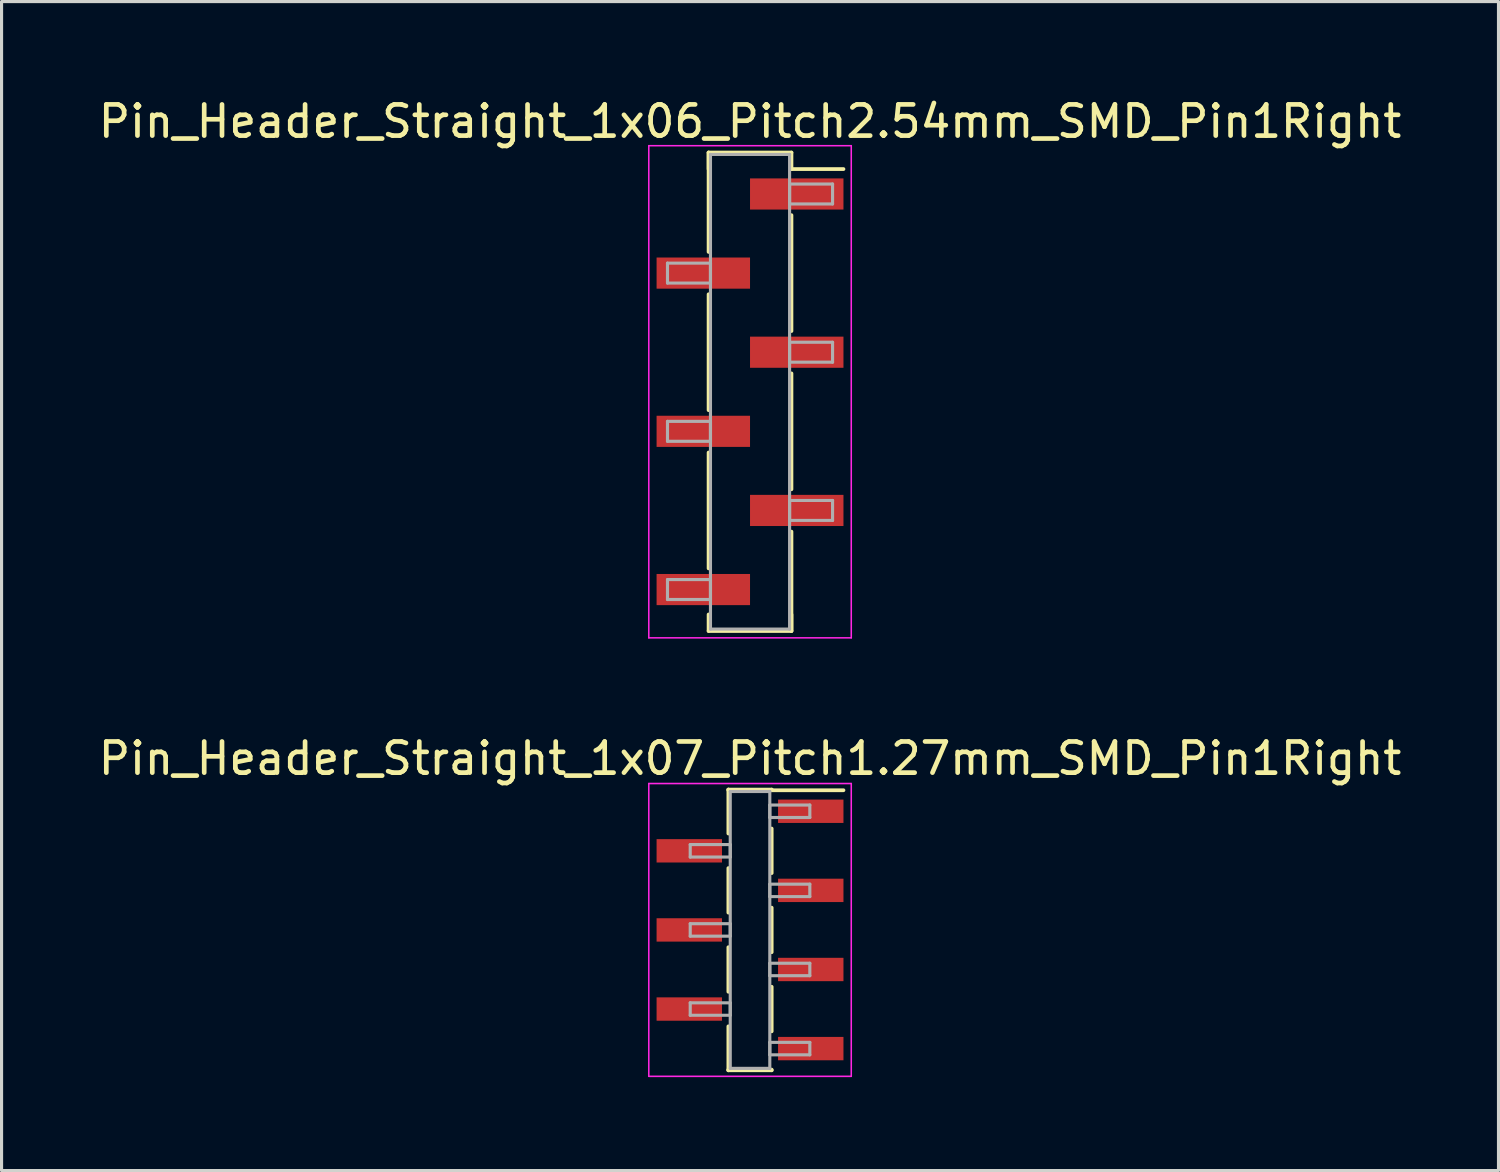
<source format=kicad_pcb>
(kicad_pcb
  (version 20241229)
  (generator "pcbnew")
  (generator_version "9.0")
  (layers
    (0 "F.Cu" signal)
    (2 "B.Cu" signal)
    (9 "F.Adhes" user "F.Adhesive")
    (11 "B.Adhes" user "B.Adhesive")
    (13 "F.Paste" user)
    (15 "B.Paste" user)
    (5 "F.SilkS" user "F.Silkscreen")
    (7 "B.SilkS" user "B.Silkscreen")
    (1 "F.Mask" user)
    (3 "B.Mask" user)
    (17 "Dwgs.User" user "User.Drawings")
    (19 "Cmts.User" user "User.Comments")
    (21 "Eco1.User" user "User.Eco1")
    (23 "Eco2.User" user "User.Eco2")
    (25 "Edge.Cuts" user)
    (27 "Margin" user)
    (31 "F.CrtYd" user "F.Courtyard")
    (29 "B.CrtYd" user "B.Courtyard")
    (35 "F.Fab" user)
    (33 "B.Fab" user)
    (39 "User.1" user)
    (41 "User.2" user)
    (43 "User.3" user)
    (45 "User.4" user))
  (footprint "Pin_Header_Straight_1x07_Pitch1.27mm_SMD_Pin1Right"
    (layer "F.Cu")
    (at 21.03 26.806)
    (property "Reference" "Pin_Header_Straight_1x07_Pitch1.27mm_SMD_Pin1Right" (at 0 -5.505 0) (layer "F.SilkS") (effects (font (size 1 1) (thickness 0.15))))
    (attr smd)
    (fp_line (start -0.695 -4.505) (end -0.695 -3.095) (stroke (width 0.12) (type solid)) (layer "F.SilkS"))
    (fp_line (start -0.695 -4.505) (end 0.695 -4.505) (stroke (width 0.12) (type solid)) (layer "F.SilkS"))
    (fp_line (start -0.695 -4.485) (end -0.695 -4.505) (stroke (width 0.12) (type solid)) (layer "F.SilkS"))
    (fp_line (start -0.695 -1.985) (end -0.695 -0.555) (stroke (width 0.12) (type solid)) (layer "F.SilkS"))
    (fp_line (start -0.695 0.555) (end -0.695 1.985) (stroke (width 0.12) (type solid)) (layer "F.SilkS"))
    (fp_line (start -0.695 3.095) (end -0.695 4.505) (stroke (width 0.12) (type solid)) (layer "F.SilkS"))
    (fp_line (start -0.695 4.485) (end -0.695 4.505) (stroke (width 0.12) (type solid)) (layer "F.SilkS"))
    (fp_line (start -0.695 4.505) (end 0.695 4.505) (stroke (width 0.12) (type solid)) (layer "F.SilkS"))
    (fp_line (start 0.695 -4.505) (end 0.695 -4.485) (stroke (width 0.12) (type solid)) (layer "F.SilkS"))
    (fp_line (start 0.695 -4.485) (end 3 -4.485) (stroke (width 0.12) (type solid)) (layer "F.SilkS"))
    (fp_line (start 0.695 -3.255) (end 0.695 -1.825) (stroke (width 0.12) (type solid)) (layer "F.SilkS"))
    (fp_line (start 0.695 -0.715) (end 0.695 0.715) (stroke (width 0.12) (type solid)) (layer "F.SilkS"))
    (fp_line (start 0.695 1.825) (end 0.695 3.255) (stroke (width 0.12) (type solid)) (layer "F.SilkS"))
    (fp_line (start 0.695 4.505) (end 0.695 4.485) (stroke (width 0.12) (type solid)) (layer "F.SilkS"))
    (fp_line (start -3.25 -4.7) (end -3.25 4.7) (stroke (width 0.05) (type solid)) (layer "F.CrtYd"))
    (fp_line (start -3.25 4.7) (end 3.25 4.7) (stroke (width 0.05) (type solid)) (layer "F.CrtYd"))
    (fp_line (start 3.25 -4.7) (end -3.25 -4.7) (stroke (width 0.05) (type solid)) (layer "F.CrtYd"))
    (fp_line (start 3.25 4.7) (end 3.25 -4.7) (stroke (width 0.05) (type solid)) (layer "F.CrtYd"))
    (fp_line (start -1.92 -2.74) (end -0.635 -2.74) (stroke (width 0.1) (type solid)) (layer "F.Fab"))
    (fp_line (start -1.92 -2.34) (end -1.92 -2.74) (stroke (width 0.1) (type solid)) (layer "F.Fab"))
    (fp_line (start -1.92 -0.2) (end -0.635 -0.2) (stroke (width 0.1) (type solid)) (layer "F.Fab"))
    (fp_line (start -1.92 0.2) (end -1.92 -0.2) (stroke (width 0.1) (type solid)) (layer "F.Fab"))
    (fp_line (start -1.92 2.34) (end -0.635 2.34) (stroke (width 0.1) (type solid)) (layer "F.Fab"))
    (fp_line (start -1.92 2.74) (end -1.92 2.34) (stroke (width 0.1) (type solid)) (layer "F.Fab"))
    (fp_line (start -0.635 -4.445) (end -0.635 4.445) (stroke (width 0.1) (type solid)) (layer "F.Fab"))
    (fp_line (start -0.635 -2.74) (end -0.635 -2.34) (stroke (width 0.1) (type solid)) (layer "F.Fab"))
    (fp_line (start -0.635 -2.34) (end -1.92 -2.34) (stroke (width 0.1) (type solid)) (layer "F.Fab"))
    (fp_line (start -0.635 -0.2) (end -0.635 0.2) (stroke (width 0.1) (type solid)) (layer "F.Fab"))
    (fp_line (start -0.635 0.2) (end -1.92 0.2) (stroke (width 0.1) (type solid)) (layer "F.Fab"))
    (fp_line (start -0.635 2.34) (end -0.635 2.74) (stroke (width 0.1) (type solid)) (layer "F.Fab"))
    (fp_line (start -0.635 2.74) (end -1.92 2.74) (stroke (width 0.1) (type solid)) (layer "F.Fab"))
    (fp_line (start -0.635 4.445) (end 0.635 4.445) (stroke (width 0.1) (type solid)) (layer "F.Fab"))
    (fp_line (start 0.635 -4.445) (end -0.635 -4.445) (stroke (width 0.1) (type solid)) (layer "F.Fab"))
    (fp_line (start 0.635 -4.01) (end 0.635 -3.61) (stroke (width 0.1) (type solid)) (layer "F.Fab"))
    (fp_line (start 0.635 -3.61) (end 1.92 -3.61) (stroke (width 0.1) (type solid)) (layer "F.Fab"))
    (fp_line (start 0.635 -1.47) (end 0.635 -1.07) (stroke (width 0.1) (type solid)) (layer "F.Fab"))
    (fp_line (start 0.635 -1.07) (end 1.92 -1.07) (stroke (width 0.1) (type solid)) (layer "F.Fab"))
    (fp_line (start 0.635 1.07) (end 0.635 1.47) (stroke (width 0.1) (type solid)) (layer "F.Fab"))
    (fp_line (start 0.635 1.47) (end 1.92 1.47) (stroke (width 0.1) (type solid)) (layer "F.Fab"))
    (fp_line (start 0.635 3.61) (end 0.635 4.01) (stroke (width 0.1) (type solid)) (layer "F.Fab"))
    (fp_line (start 0.635 4.01) (end 1.92 4.01) (stroke (width 0.1) (type solid)) (layer "F.Fab"))
    (fp_line (start 0.635 4.445) (end 0.635 -4.445) (stroke (width 0.1) (type solid)) (layer "F.Fab"))
    (fp_line (start 1.92 -4.01) (end 0.635 -4.01) (stroke (width 0.1) (type solid)) (layer "F.Fab"))
    (fp_line (start 1.92 -3.61) (end 1.92 -4.01) (stroke (width 0.1) (type solid)) (layer "F.Fab"))
    (fp_line (start 1.92 -1.47) (end 0.635 -1.47) (stroke (width 0.1) (type solid)) (layer "F.Fab"))
    (fp_line (start 1.92 -1.07) (end 1.92 -1.47) (stroke (width 0.1) (type solid)) (layer "F.Fab"))
    (fp_line (start 1.92 1.07) (end 0.635 1.07) (stroke (width 0.1) (type solid)) (layer "F.Fab"))
    (fp_line (start 1.92 1.47) (end 1.92 1.07) (stroke (width 0.1) (type solid)) (layer "F.Fab"))
    (fp_line (start 1.92 3.61) (end 0.635 3.61) (stroke (width 0.1) (type solid)) (layer "F.Fab"))
    (fp_line (start 1.92 4.01) (end 1.92 3.61) (stroke (width 0.1) (type solid)) (layer "F.Fab"))
    (pad "1" smd rect (at 1.95 -3.81) (size 2.1 0.75) (layers "F.Cu" "F.Mask"))
    (pad "2" smd rect (at -1.95 -2.54) (size 2.1 0.75) (layers "F.Cu" "F.Mask"))
    (pad "3" smd rect (at 1.95 -1.27) (size 2.1 0.75) (layers "F.Cu" "F.Mask"))
    (pad "4" smd rect (at -1.95 0) (size 2.1 0.75) (layers "F.Cu" "F.Mask"))
    (pad "5" smd rect (at 1.95 1.27) (size 2.1 0.75) (layers "F.Cu" "F.Mask"))
    (pad "6" smd rect (at -1.95 2.54) (size 2.1 0.75) (layers "F.Cu" "F.Mask"))
    (pad "7" smd rect (at 1.95 3.81) (size 2.1 0.75) (layers "F.Cu" "F.Mask")))
  (footprint "Pin_Header_Straight_1x06_Pitch2.54mm_SMD_Pin1Right"
    (layer "F.Cu")
    (at 21.03 9.528)
    (property "Reference" "Pin_Header_Straight_1x06_Pitch2.54mm_SMD_Pin1Right" (at 0 -8.68 0) (layer "F.SilkS") (effects (font (size 1 1) (thickness 0.15))))
    (attr smd)
    (fp_line (start -1.33 -7.68) (end -1.33 -4.49) (stroke (width 0.12) (type solid)) (layer "F.SilkS"))
    (fp_line (start -1.33 -7.68) (end 1.33 -7.68) (stroke (width 0.12) (type solid)) (layer "F.SilkS"))
    (fp_line (start -1.33 -7.15) (end -1.33 -7.68) (stroke (width 0.12) (type solid)) (layer "F.SilkS"))
    (fp_line (start -1.33 -3.13) (end -1.33 0.59) (stroke (width 0.12) (type solid)) (layer "F.SilkS"))
    (fp_line (start -1.33 1.95) (end -1.33 5.67) (stroke (width 0.12) (type solid)) (layer "F.SilkS"))
    (fp_line (start -1.33 7.15) (end -1.33 7.68) (stroke (width 0.12) (type solid)) (layer "F.SilkS"))
    (fp_line (start -1.33 7.68) (end 1.33 7.68) (stroke (width 0.12) (type solid)) (layer "F.SilkS"))
    (fp_line (start 1.33 -7.68) (end 1.33 -7.15) (stroke (width 0.12) (type solid)) (layer "F.SilkS"))
    (fp_line (start 1.33 -7.15) (end 3 -7.15) (stroke (width 0.12) (type solid)) (layer "F.SilkS"))
    (fp_line (start 1.33 -5.67) (end 1.33 -1.95) (stroke (width 0.12) (type solid)) (layer "F.SilkS"))
    (fp_line (start 1.33 -0.59) (end 1.33 3.13) (stroke (width 0.12) (type solid)) (layer "F.SilkS"))
    (fp_line (start 1.33 4.49) (end 1.33 7.68) (stroke (width 0.12) (type solid)) (layer "F.SilkS"))
    (fp_line (start 1.33 7.68) (end 1.33 7.15) (stroke (width 0.12) (type solid)) (layer "F.SilkS"))
    (fp_line (start -3.25 -7.9) (end -3.25 7.9) (stroke (width 0.05) (type solid)) (layer "F.CrtYd"))
    (fp_line (start -3.25 7.9) (end 3.25 7.9) (stroke (width 0.05) (type solid)) (layer "F.CrtYd"))
    (fp_line (start 3.25 -7.9) (end -3.25 -7.9) (stroke (width 0.05) (type solid)) (layer "F.CrtYd"))
    (fp_line (start 3.25 7.9) (end 3.25 -7.9) (stroke (width 0.05) (type solid)) (layer "F.CrtYd"))
    (fp_line (start -2.65 -4.13) (end -1.27 -4.13) (stroke (width 0.1) (type solid)) (layer "F.Fab"))
    (fp_line (start -2.65 -3.49) (end -2.65 -4.13) (stroke (width 0.1) (type solid)) (layer "F.Fab"))
    (fp_line (start -2.65 0.95) (end -1.27 0.95) (stroke (width 0.1) (type solid)) (layer "F.Fab"))
    (fp_line (start -2.65 1.59) (end -2.65 0.95) (stroke (width 0.1) (type solid)) (layer "F.Fab"))
    (fp_line (start -2.65 6.03) (end -1.27 6.03) (stroke (width 0.1) (type solid)) (layer "F.Fab"))
    (fp_line (start -2.65 6.67) (end -2.65 6.03) (stroke (width 0.1) (type solid)) (layer "F.Fab"))
    (fp_line (start -1.27 -7.62) (end -1.27 7.62) (stroke (width 0.1) (type solid)) (layer "F.Fab"))
    (fp_line (start -1.27 -4.13) (end -1.27 -3.49) (stroke (width 0.1) (type solid)) (layer "F.Fab"))
    (fp_line (start -1.27 -3.49) (end -2.65 -3.49) (stroke (width 0.1) (type solid)) (layer "F.Fab"))
    (fp_line (start -1.27 0.95) (end -1.27 1.59) (stroke (width 0.1) (type solid)) (layer "F.Fab"))
    (fp_line (start -1.27 1.59) (end -2.65 1.59) (stroke (width 0.1) (type solid)) (layer "F.Fab"))
    (fp_line (start -1.27 6.03) (end -1.27 6.67) (stroke (width 0.1) (type solid)) (layer "F.Fab"))
    (fp_line (start -1.27 6.67) (end -2.65 6.67) (stroke (width 0.1) (type solid)) (layer "F.Fab"))
    (fp_line (start -1.27 7.62) (end 1.27 7.62) (stroke (width 0.1) (type solid)) (layer "F.Fab"))
    (fp_line (start 1.27 -7.62) (end -1.27 -7.62) (stroke (width 0.1) (type solid)) (layer "F.Fab"))
    (fp_line (start 1.27 -6.67) (end 1.27 -6.03) (stroke (width 0.1) (type solid)) (layer "F.Fab"))
    (fp_line (start 1.27 -6.03) (end 2.65 -6.03) (stroke (width 0.1) (type solid)) (layer "F.Fab"))
    (fp_line (start 1.27 -1.59) (end 1.27 -0.95) (stroke (width 0.1) (type solid)) (layer "F.Fab"))
    (fp_line (start 1.27 -0.95) (end 2.65 -0.95) (stroke (width 0.1) (type solid)) (layer "F.Fab"))
    (fp_line (start 1.27 3.49) (end 1.27 4.13) (stroke (width 0.1) (type solid)) (layer "F.Fab"))
    (fp_line (start 1.27 4.13) (end 2.65 4.13) (stroke (width 0.1) (type solid)) (layer "F.Fab"))
    (fp_line (start 1.27 7.62) (end 1.27 -7.62) (stroke (width 0.1) (type solid)) (layer "F.Fab"))
    (fp_line (start 2.65 -6.67) (end 1.27 -6.67) (stroke (width 0.1) (type solid)) (layer "F.Fab"))
    (fp_line (start 2.65 -6.03) (end 2.65 -6.67) (stroke (width 0.1) (type solid)) (layer "F.Fab"))
    (fp_line (start 2.65 -1.59) (end 1.27 -1.59) (stroke (width 0.1) (type solid)) (layer "F.Fab"))
    (fp_line (start 2.65 -0.95) (end 2.65 -1.59) (stroke (width 0.1) (type solid)) (layer "F.Fab"))
    (fp_line (start 2.65 3.49) (end 1.27 3.49) (stroke (width 0.1) (type solid)) (layer "F.Fab"))
    (fp_line (start 2.65 4.13) (end 2.65 3.49) (stroke (width 0.1) (type solid)) (layer "F.Fab"))
    (pad "1" smd rect (at 1.5 -6.35) (size 3 1) (layers "F.Cu" "F.Mask"))
    (pad "2" smd rect (at -1.5 -3.81) (size 3 1) (layers "F.Cu" "F.Mask"))
    (pad "3" smd rect (at 1.5 -1.27) (size 3 1) (layers "F.Cu" "F.Mask"))
    (pad "4" smd rect (at -1.5 1.27) (size 3 1) (layers "F.Cu" "F.Mask"))
    (pad "5" smd rect (at 1.5 3.81) (size 3 1) (layers "F.Cu" "F.Mask"))
    (pad "6" smd rect (at -1.5 6.35) (size 3 1) (layers "F.Cu" "F.Mask")))
  (gr_rect
    (start -3 -3)
    (end 45.06 34.532)
    (stroke (width 0.1) (type default))
    (fill no)
    (layer "Edge.Cuts")))
</source>
